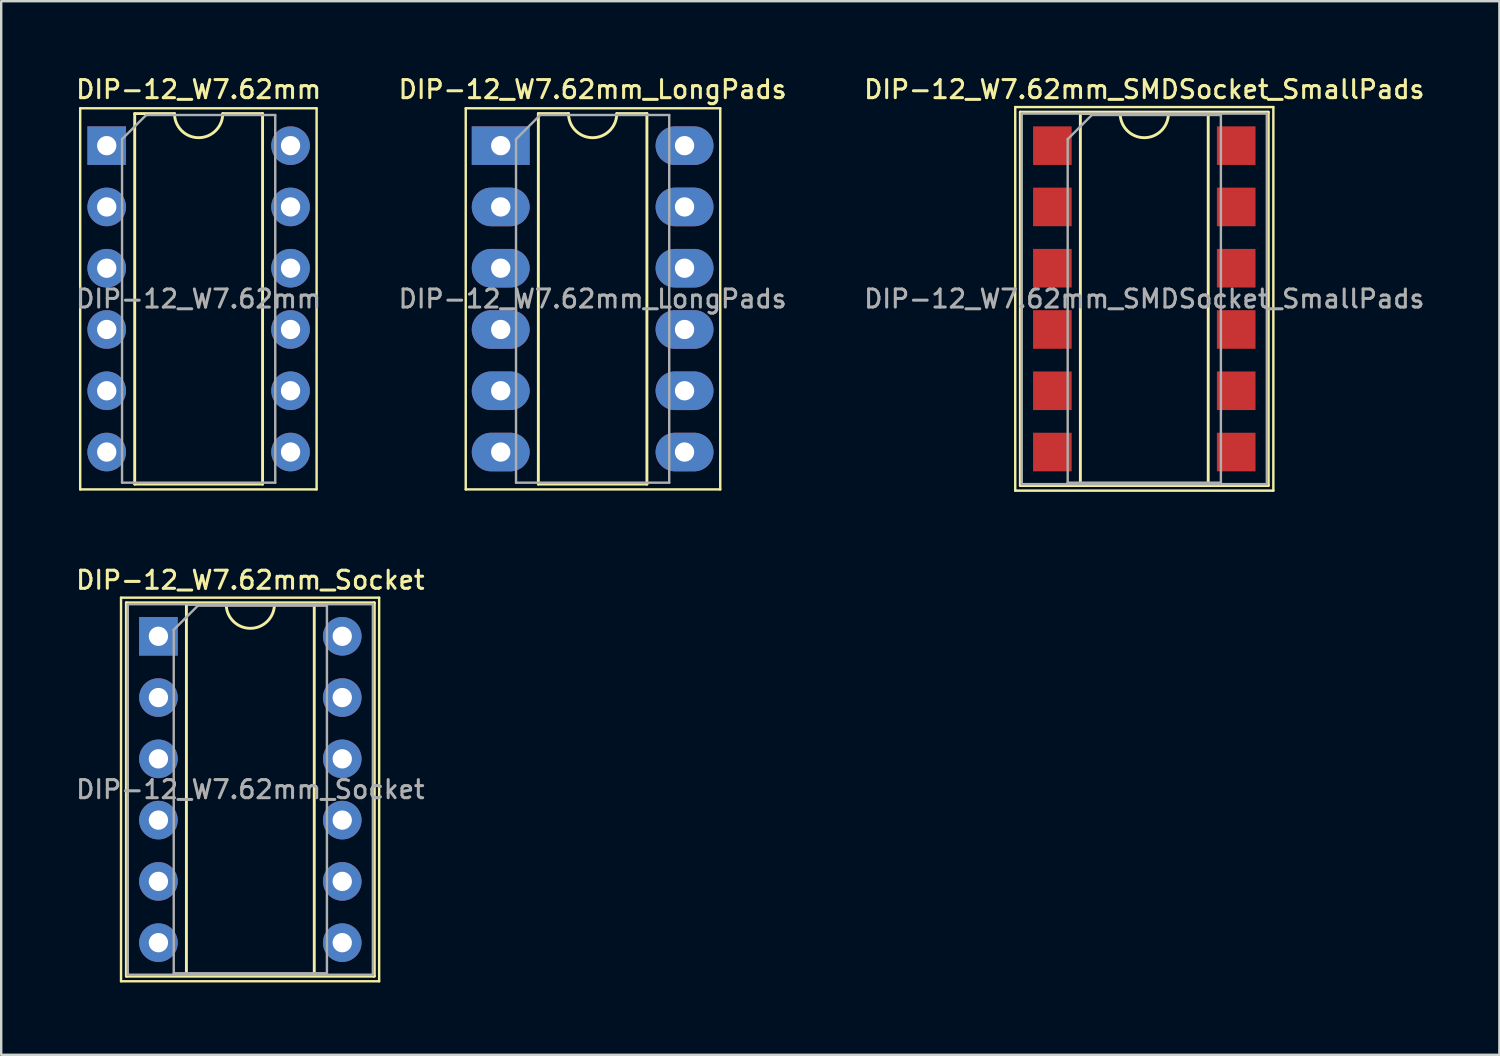
<source format=kicad_pcb>
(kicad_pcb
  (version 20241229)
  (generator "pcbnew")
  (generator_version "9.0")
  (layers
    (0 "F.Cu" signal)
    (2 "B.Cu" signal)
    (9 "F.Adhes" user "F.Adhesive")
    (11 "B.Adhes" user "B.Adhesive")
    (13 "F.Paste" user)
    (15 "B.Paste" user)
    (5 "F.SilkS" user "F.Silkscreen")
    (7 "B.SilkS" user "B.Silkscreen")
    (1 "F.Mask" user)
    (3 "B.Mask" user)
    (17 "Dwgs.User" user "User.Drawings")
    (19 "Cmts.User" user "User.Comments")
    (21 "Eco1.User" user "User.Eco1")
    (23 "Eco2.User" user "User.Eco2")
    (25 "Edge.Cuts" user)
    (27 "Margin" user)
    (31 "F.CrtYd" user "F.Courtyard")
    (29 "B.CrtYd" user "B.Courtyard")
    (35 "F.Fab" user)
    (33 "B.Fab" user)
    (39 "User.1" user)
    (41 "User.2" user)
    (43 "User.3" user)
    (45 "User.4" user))
  (footprint "DIP-12_W7.62mm_SMDSocket_SmallPads"
    (layer "F.Cu")
    (at 44.384 9.338)
    (property "Reference" "DIP-12_W7.62mm_SMDSocket_SmallPads" (at 0 -8.68 0) (layer "F.SilkS") (effects (font (size 0.75 0.75) (thickness 0.125))))
    (attr smd)
    (fp_line (start -5.35 -7.95) (end -5.35 7.95) (stroke (width 0.1) (type solid)) (layer "F.SilkS"))
    (fp_line (start -5.35 7.95) (end 5.35 7.95) (stroke (width 0.1) (type solid)) (layer "F.SilkS"))
    (fp_line (start -5.14 -7.74) (end -5.14 7.74) (stroke (width 0.12) (type solid)) (layer "F.SilkS"))
    (fp_line (start -5.14 7.74) (end 5.14 7.74) (stroke (width 0.12) (type solid)) (layer "F.SilkS"))
    (fp_line (start -2.65 -7.68) (end -2.65 7.68) (stroke (width 0.12) (type solid)) (layer "F.SilkS"))
    (fp_line (start -2.65 7.68) (end 2.65 7.68) (stroke (width 0.12) (type solid)) (layer "F.SilkS"))
    (fp_line (start -1 -7.68) (end -2.65 -7.68) (stroke (width 0.12) (type solid)) (layer "F.SilkS"))
    (fp_line (start 2.65 -7.68) (end 1 -7.68) (stroke (width 0.12) (type solid)) (layer "F.SilkS"))
    (fp_line (start 2.65 7.68) (end 2.65 -7.68) (stroke (width 0.12) (type solid)) (layer "F.SilkS"))
    (fp_line (start 5.14 -7.74) (end -5.14 -7.74) (stroke (width 0.12) (type solid)) (layer "F.SilkS"))
    (fp_line (start 5.14 7.74) (end 5.14 -7.74) (stroke (width 0.12) (type solid)) (layer "F.SilkS"))
    (fp_line (start 5.35 -7.95) (end -5.35 -7.95) (stroke (width 0.1) (type solid)) (layer "F.SilkS"))
    (fp_line (start 5.35 7.95) (end 5.35 -7.95) (stroke (width 0.1) (type solid)) (layer "F.SilkS"))
    (fp_arc (start 1 -7.68) (mid 0 -6.68) (end -1 -7.68) (stroke (width 0.12) (type solid)) (layer "F.SilkS"))
    (fp_line (start -5.08 -7.68) (end -5.08 7.68) (stroke (width 0.1) (type solid)) (layer "F.Fab"))
    (fp_line (start -5.08 7.68) (end 5.08 7.68) (stroke (width 0.1) (type solid)) (layer "F.Fab"))
    (fp_line (start -3.175 -6.62) (end -2.175 -7.62) (stroke (width 0.1) (type solid)) (layer "F.Fab"))
    (fp_line (start -3.175 7.62) (end -3.175 -6.62) (stroke (width 0.1) (type solid)) (layer "F.Fab"))
    (fp_line (start -2.175 -7.62) (end 3.175 -7.62) (stroke (width 0.1) (type solid)) (layer "F.Fab"))
    (fp_line (start 3.175 -7.62) (end 3.175 7.62) (stroke (width 0.1) (type solid)) (layer "F.Fab"))
    (fp_line (start 3.175 7.62) (end -3.175 7.62) (stroke (width 0.1) (type solid)) (layer "F.Fab"))
    (fp_line (start 5.08 -7.68) (end -5.08 -7.68) (stroke (width 0.1) (type solid)) (layer "F.Fab"))
    (fp_line (start 5.08 7.68) (end 5.08 -7.68) (stroke (width 0.1) (type solid)) (layer "F.Fab"))
    (fp_text user "${REFERENCE}" (at 0 0 0) (layer "F.Fab") (effects (font (size 0.75 0.75) (thickness 0.125))))
    (pad "1" smd rect (at -3.81 -6.35) (size 1.6 1.6) (layers "F.Cu" "F.Mask" "F.Paste"))
    (pad "2" smd rect (at -3.81 -3.81) (size 1.6 1.6) (layers "F.Cu" "F.Mask" "F.Paste"))
    (pad "3" smd rect (at -3.81 -1.27) (size 1.6 1.6) (layers "F.Cu" "F.Mask" "F.Paste"))
    (pad "4" smd rect (at -3.81 1.27) (size 1.6 1.6) (layers "F.Cu" "F.Mask" "F.Paste"))
    (pad "5" smd rect (at -3.81 3.81) (size 1.6 1.6) (layers "F.Cu" "F.Mask" "F.Paste"))
    (pad "6" smd rect (at -3.81 6.35) (size 1.6 1.6) (layers "F.Cu" "F.Mask" "F.Paste"))
    (pad "7" smd rect (at 3.81 6.35) (size 1.6 1.6) (layers "F.Cu" "F.Mask" "F.Paste"))
    (pad "8" smd rect (at 3.81 3.81) (size 1.6 1.6) (layers "F.Cu" "F.Mask" "F.Paste"))
    (pad "9" smd rect (at 3.81 1.27) (size 1.6 1.6) (layers "F.Cu" "F.Mask" "F.Paste"))
    (pad "10" smd rect (at 3.81 -1.27) (size 1.6 1.6) (layers "F.Cu" "F.Mask" "F.Paste"))
    (pad "11" smd rect (at 3.81 -3.81) (size 1.6 1.6) (layers "F.Cu" "F.Mask" "F.Paste"))
    (pad "12" smd rect (at 3.81 -6.35) (size 1.6 1.6) (layers "F.Cu" "F.Mask" "F.Paste")))
  (footprint "DIP-12_W7.62mm"
    (layer "F.Cu")
    (at 1.374 2.988)
    (property "Reference" "DIP-12_W7.62mm" (at 3.81 -2.33 0) (layer "F.SilkS") (effects (font (size 0.75 0.75) (thickness 0.125))))
    (attr through_hole)
    (fp_line (start -1.1 -1.55) (end -1.1 14.25) (stroke (width 0.1) (type solid)) (layer "F.SilkS"))
    (fp_line (start -1.1 14.25) (end 8.7 14.25) (stroke (width 0.1) (type solid)) (layer "F.SilkS"))
    (fp_line (start 1.16 -1.33) (end 1.16 14.03) (stroke (width 0.12) (type solid)) (layer "F.SilkS"))
    (fp_line (start 1.16 14.03) (end 6.46 14.03) (stroke (width 0.12) (type solid)) (layer "F.SilkS"))
    (fp_line (start 2.81 -1.33) (end 1.16 -1.33) (stroke (width 0.12) (type solid)) (layer "F.SilkS"))
    (fp_line (start 6.46 -1.33) (end 4.81 -1.33) (stroke (width 0.12) (type solid)) (layer "F.SilkS"))
    (fp_line (start 6.46 14.03) (end 6.46 -1.33) (stroke (width 0.12) (type solid)) (layer "F.SilkS"))
    (fp_line (start 8.7 -1.55) (end -1.1 -1.55) (stroke (width 0.1) (type solid)) (layer "F.SilkS"))
    (fp_line (start 8.7 14.25) (end 8.7 -1.55) (stroke (width 0.1) (type solid)) (layer "F.SilkS"))
    (fp_arc (start 4.81 -1.33) (mid 3.81 -0.33) (end 2.81 -1.33) (stroke (width 0.12) (type solid)) (layer "F.SilkS"))
    (fp_line (start 0.635 -0.27) (end 1.635 -1.27) (stroke (width 0.1) (type solid)) (layer "F.Fab"))
    (fp_line (start 0.635 13.97) (end 0.635 -0.27) (stroke (width 0.1) (type solid)) (layer "F.Fab"))
    (fp_line (start 1.635 -1.27) (end 6.985 -1.27) (stroke (width 0.1) (type solid)) (layer "F.Fab"))
    (fp_line (start 6.985 -1.27) (end 6.985 13.97) (stroke (width 0.1) (type solid)) (layer "F.Fab"))
    (fp_line (start 6.985 13.97) (end 0.635 13.97) (stroke (width 0.1) (type solid)) (layer "F.Fab"))
    (fp_text user "${REFERENCE}" (at 3.81 6.35 0) (layer "F.Fab") (effects (font (size 0.75 0.75) (thickness 0.125))))
    (pad "1" thru_hole rect (at 0 0) (size 1.6 1.6) (drill 0.8) (layers "*.Cu" "*.Mask"))
    (pad "2" thru_hole oval (at 0 2.54) (size 1.6 1.6) (drill 0.8) (layers "*.Cu" "*.Mask"))
    (pad "3" thru_hole oval (at 0 5.08) (size 1.6 1.6) (drill 0.8) (layers "*.Cu" "*.Mask"))
    (pad "4" thru_hole oval (at 0 7.62) (size 1.6 1.6) (drill 0.8) (layers "*.Cu" "*.Mask"))
    (pad "5" thru_hole oval (at 0 10.16) (size 1.6 1.6) (drill 0.8) (layers "*.Cu" "*.Mask"))
    (pad "6" thru_hole oval (at 0 12.7) (size 1.6 1.6) (drill 0.8) (layers "*.Cu" "*.Mask"))
    (pad "7" thru_hole oval (at 7.62 12.7) (size 1.6 1.6) (drill 0.8) (layers "*.Cu" "*.Mask"))
    (pad "8" thru_hole oval (at 7.62 10.16) (size 1.6 1.6) (drill 0.8) (layers "*.Cu" "*.Mask"))
    (pad "9" thru_hole oval (at 7.62 7.62) (size 1.6 1.6) (drill 0.8) (layers "*.Cu" "*.Mask"))
    (pad "10" thru_hole oval (at 7.62 5.08) (size 1.6 1.6) (drill 0.8) (layers "*.Cu" "*.Mask"))
    (pad "11" thru_hole oval (at 7.62 2.54) (size 1.6 1.6) (drill 0.8) (layers "*.Cu" "*.Mask"))
    (pad "12" thru_hole oval (at 7.62 0) (size 1.6 1.6) (drill 0.8) (layers "*.Cu" "*.Mask")))
  (footprint "DIP-12_W7.62mm_LongPads"
    (layer "F.Cu")
    (at 17.706 2.988)
    (property "Reference" "DIP-12_W7.62mm_LongPads" (at 3.81 -2.33 0) (layer "F.SilkS") (effects (font (size 0.75 0.75) (thickness 0.125))))
    (attr through_hole)
    (fp_line (start -1.45 -1.55) (end -1.45 14.25) (stroke (width 0.1) (type solid)) (layer "F.SilkS"))
    (fp_line (start -1.45 14.25) (end 9.1 14.25) (stroke (width 0.1) (type solid)) (layer "F.SilkS"))
    (fp_line (start 1.56 -1.33) (end 1.56 14.03) (stroke (width 0.12) (type solid)) (layer "F.SilkS"))
    (fp_line (start 1.56 14.03) (end 6.06 14.03) (stroke (width 0.12) (type solid)) (layer "F.SilkS"))
    (fp_line (start 2.81 -1.33) (end 1.56 -1.33) (stroke (width 0.12) (type solid)) (layer "F.SilkS"))
    (fp_line (start 6.06 -1.33) (end 4.81 -1.33) (stroke (width 0.12) (type solid)) (layer "F.SilkS"))
    (fp_line (start 6.06 14.03) (end 6.06 -1.33) (stroke (width 0.12) (type solid)) (layer "F.SilkS"))
    (fp_line (start 9.1 -1.55) (end -1.45 -1.55) (stroke (width 0.1) (type solid)) (layer "F.SilkS"))
    (fp_line (start 9.1 14.25) (end 9.1 -1.55) (stroke (width 0.1) (type solid)) (layer "F.SilkS"))
    (fp_arc (start 4.81 -1.33) (mid 3.81 -0.33) (end 2.81 -1.33) (stroke (width 0.12) (type solid)) (layer "F.SilkS"))
    (fp_line (start 0.635 -0.27) (end 1.635 -1.27) (stroke (width 0.1) (type solid)) (layer "F.Fab"))
    (fp_line (start 0.635 13.97) (end 0.635 -0.27) (stroke (width 0.1) (type solid)) (layer "F.Fab"))
    (fp_line (start 1.635 -1.27) (end 6.985 -1.27) (stroke (width 0.1) (type solid)) (layer "F.Fab"))
    (fp_line (start 6.985 -1.27) (end 6.985 13.97) (stroke (width 0.1) (type solid)) (layer "F.Fab"))
    (fp_line (start 6.985 13.97) (end 0.635 13.97) (stroke (width 0.1) (type solid)) (layer "F.Fab"))
    (fp_text user "${REFERENCE}" (at 3.81 6.35 0) (layer "F.Fab") (effects (font (size 0.75 0.75) (thickness 0.125))))
    (pad "1" thru_hole rect (at 0 0) (size 2.4 1.6) (drill 0.8) (layers "*.Cu" "*.Mask"))
    (pad "2" thru_hole oval (at 0 2.54) (size 2.4 1.6) (drill 0.8) (layers "*.Cu" "*.Mask"))
    (pad "3" thru_hole oval (at 0 5.08) (size 2.4 1.6) (drill 0.8) (layers "*.Cu" "*.Mask"))
    (pad "4" thru_hole oval (at 0 7.62) (size 2.4 1.6) (drill 0.8) (layers "*.Cu" "*.Mask"))
    (pad "5" thru_hole oval (at 0 10.16) (size 2.4 1.6) (drill 0.8) (layers "*.Cu" "*.Mask"))
    (pad "6" thru_hole oval (at 0 12.7) (size 2.4 1.6) (drill 0.8) (layers "*.Cu" "*.Mask"))
    (pad "7" thru_hole oval (at 7.62 12.7) (size 2.4 1.6) (drill 0.8) (layers "*.Cu" "*.Mask"))
    (pad "8" thru_hole oval (at 7.62 10.16) (size 2.4 1.6) (drill 0.8) (layers "*.Cu" "*.Mask"))
    (pad "9" thru_hole oval (at 7.62 7.62) (size 2.4 1.6) (drill 0.8) (layers "*.Cu" "*.Mask"))
    (pad "10" thru_hole oval (at 7.62 5.08) (size 2.4 1.6) (drill 0.8) (layers "*.Cu" "*.Mask"))
    (pad "11" thru_hole oval (at 7.62 2.54) (size 2.4 1.6) (drill 0.8) (layers "*.Cu" "*.Mask"))
    (pad "12" thru_hole oval (at 7.62 0) (size 2.4 1.6) (drill 0.8) (layers "*.Cu" "*.Mask")))
  (footprint "DIP-12_W7.62mm_Socket"
    (layer "F.Cu")
    (at 3.517 23.326)
    (property "Reference" "DIP-12_W7.62mm_Socket" (at 3.81 -2.33 0) (layer "F.SilkS") (effects (font (size 0.75 0.75) (thickness 0.125))))
    (attr through_hole)
    (fp_line (start -1.55 -1.6) (end -1.55 14.3) (stroke (width 0.1) (type solid)) (layer "F.SilkS"))
    (fp_line (start -1.55 14.3) (end 9.15 14.3) (stroke (width 0.1) (type solid)) (layer "F.SilkS"))
    (fp_line (start -1.33 -1.39) (end -1.33 14.09) (stroke (width 0.12) (type solid)) (layer "F.SilkS"))
    (fp_line (start -1.33 14.09) (end 8.95 14.09) (stroke (width 0.12) (type solid)) (layer "F.SilkS"))
    (fp_line (start 1.16 -1.33) (end 1.16 14.03) (stroke (width 0.12) (type solid)) (layer "F.SilkS"))
    (fp_line (start 1.16 14.03) (end 6.46 14.03) (stroke (width 0.12) (type solid)) (layer "F.SilkS"))
    (fp_line (start 2.81 -1.33) (end 1.16 -1.33) (stroke (width 0.12) (type solid)) (layer "F.SilkS"))
    (fp_line (start 6.46 -1.33) (end 4.81 -1.33) (stroke (width 0.12) (type solid)) (layer "F.SilkS"))
    (fp_line (start 6.46 14.03) (end 6.46 -1.33) (stroke (width 0.12) (type solid)) (layer "F.SilkS"))
    (fp_line (start 8.95 -1.39) (end -1.33 -1.39) (stroke (width 0.12) (type solid)) (layer "F.SilkS"))
    (fp_line (start 8.95 14.09) (end 8.95 -1.39) (stroke (width 0.12) (type solid)) (layer "F.SilkS"))
    (fp_line (start 9.15 -1.6) (end -1.55 -1.6) (stroke (width 0.1) (type solid)) (layer "F.SilkS"))
    (fp_line (start 9.15 14.3) (end 9.15 -1.6) (stroke (width 0.1) (type solid)) (layer "F.SilkS"))
    (fp_arc (start 4.81 -1.33) (mid 3.81 -0.33) (end 2.81 -1.33) (stroke (width 0.12) (type solid)) (layer "F.SilkS"))
    (fp_line (start -1.27 -1.33) (end -1.27 14.03) (stroke (width 0.1) (type solid)) (layer "F.Fab"))
    (fp_line (start -1.27 14.03) (end 8.89 14.03) (stroke (width 0.1) (type solid)) (layer "F.Fab"))
    (fp_line (start 0.635 -0.27) (end 1.635 -1.27) (stroke (width 0.1) (type solid)) (layer "F.Fab"))
    (fp_line (start 0.635 13.97) (end 0.635 -0.27) (stroke (width 0.1) (type solid)) (layer "F.Fab"))
    (fp_line (start 1.635 -1.27) (end 6.985 -1.27) (stroke (width 0.1) (type solid)) (layer "F.Fab"))
    (fp_line (start 6.985 -1.27) (end 6.985 13.97) (stroke (width 0.1) (type solid)) (layer "F.Fab"))
    (fp_line (start 6.985 13.97) (end 0.635 13.97) (stroke (width 0.1) (type solid)) (layer "F.Fab"))
    (fp_line (start 8.89 -1.33) (end -1.27 -1.33) (stroke (width 0.1) (type solid)) (layer "F.Fab"))
    (fp_line (start 8.89 14.03) (end 8.89 -1.33) (stroke (width 0.1) (type solid)) (layer "F.Fab"))
    (fp_text user "${REFERENCE}" (at 3.81 6.35 0) (layer "F.Fab") (effects (font (size 0.75 0.75) (thickness 0.125))))
    (pad "1" thru_hole rect (at 0 0) (size 1.6 1.6) (drill 0.8) (layers "*.Cu" "*.Mask"))
    (pad "2" thru_hole oval (at 0 2.54) (size 1.6 1.6) (drill 0.8) (layers "*.Cu" "*.Mask"))
    (pad "3" thru_hole oval (at 0 5.08) (size 1.6 1.6) (drill 0.8) (layers "*.Cu" "*.Mask"))
    (pad "4" thru_hole oval (at 0 7.62) (size 1.6 1.6) (drill 0.8) (layers "*.Cu" "*.Mask"))
    (pad "5" thru_hole oval (at 0 10.16) (size 1.6 1.6) (drill 0.8) (layers "*.Cu" "*.Mask"))
    (pad "6" thru_hole oval (at 0 12.7) (size 1.6 1.6) (drill 0.8) (layers "*.Cu" "*.Mask"))
    (pad "7" thru_hole oval (at 7.62 12.7) (size 1.6 1.6) (drill 0.8) (layers "*.Cu" "*.Mask"))
    (pad "8" thru_hole oval (at 7.62 10.16) (size 1.6 1.6) (drill 0.8) (layers "*.Cu" "*.Mask"))
    (pad "9" thru_hole oval (at 7.62 7.62) (size 1.6 1.6) (drill 0.8) (layers "*.Cu" "*.Mask"))
    (pad "10" thru_hole oval (at 7.62 5.08) (size 1.6 1.6) (drill 0.8) (layers "*.Cu" "*.Mask"))
    (pad "11" thru_hole oval (at 7.62 2.54) (size 1.6 1.6) (drill 0.8) (layers "*.Cu" "*.Mask"))
    (pad "12" thru_hole oval (at 7.62 0) (size 1.6 1.6) (drill 0.8) (layers "*.Cu" "*.Mask")))
  (gr_rect
    (start -3 -3)
    (end 59.104 40.676)
    (stroke (width 0.1) (type default))
    (fill no)
    (layer "Edge.Cuts")))
</source>
